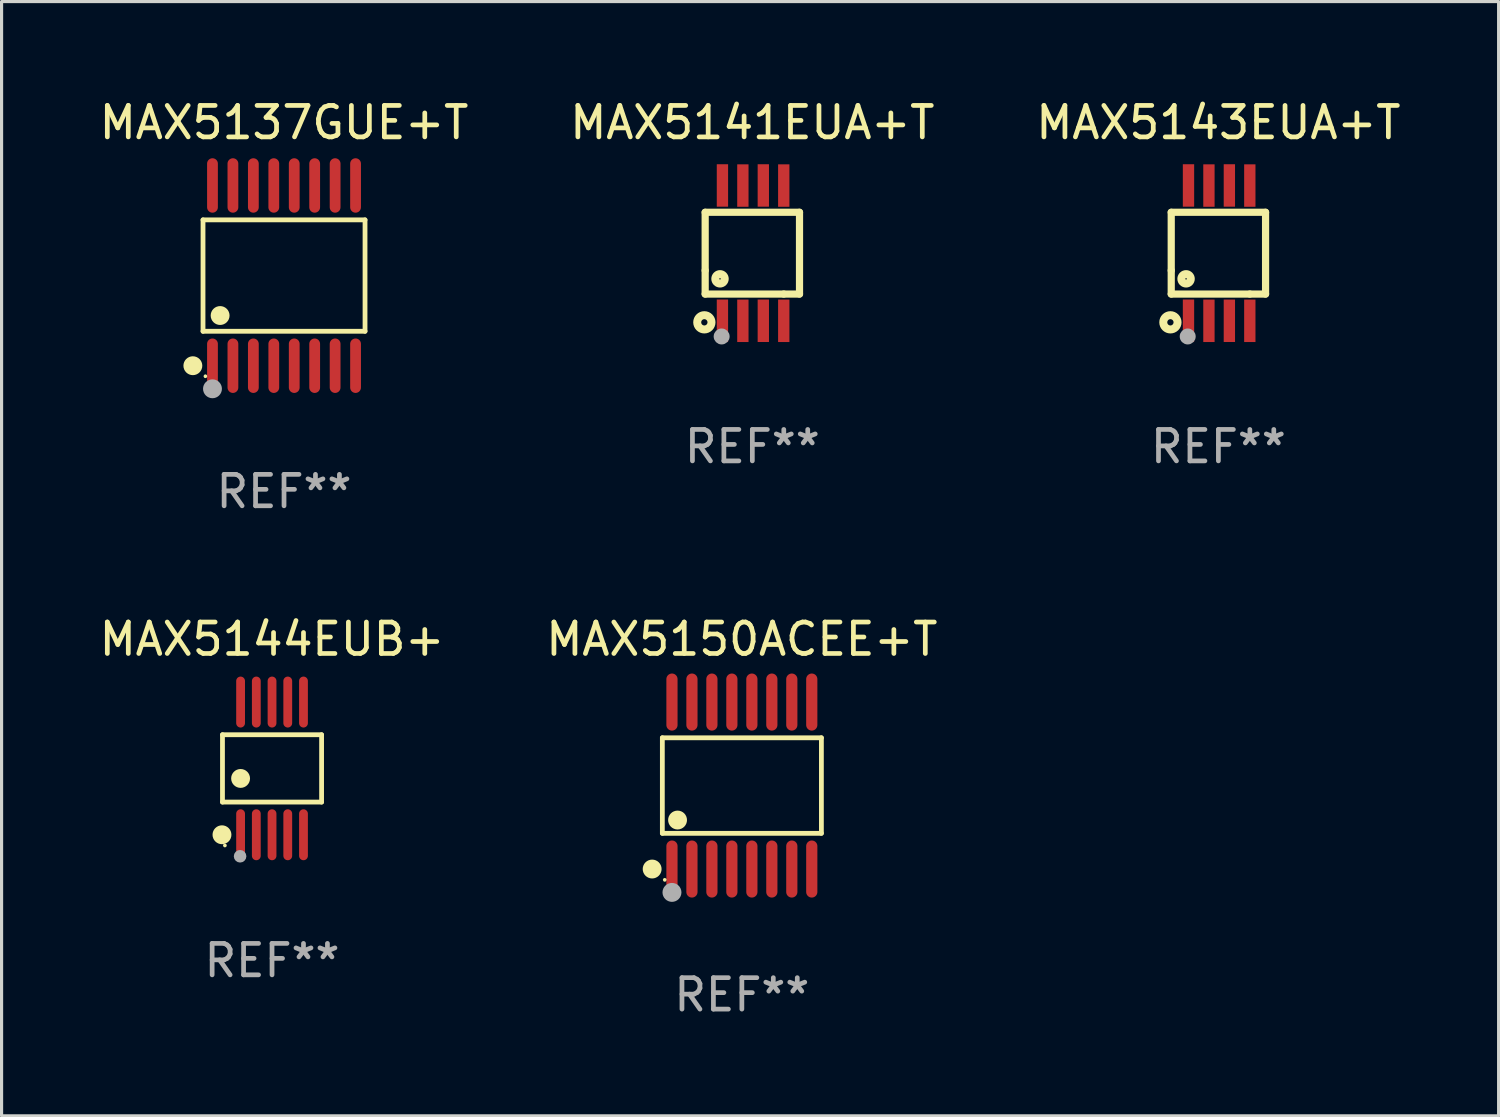
<source format=kicad_pcb>
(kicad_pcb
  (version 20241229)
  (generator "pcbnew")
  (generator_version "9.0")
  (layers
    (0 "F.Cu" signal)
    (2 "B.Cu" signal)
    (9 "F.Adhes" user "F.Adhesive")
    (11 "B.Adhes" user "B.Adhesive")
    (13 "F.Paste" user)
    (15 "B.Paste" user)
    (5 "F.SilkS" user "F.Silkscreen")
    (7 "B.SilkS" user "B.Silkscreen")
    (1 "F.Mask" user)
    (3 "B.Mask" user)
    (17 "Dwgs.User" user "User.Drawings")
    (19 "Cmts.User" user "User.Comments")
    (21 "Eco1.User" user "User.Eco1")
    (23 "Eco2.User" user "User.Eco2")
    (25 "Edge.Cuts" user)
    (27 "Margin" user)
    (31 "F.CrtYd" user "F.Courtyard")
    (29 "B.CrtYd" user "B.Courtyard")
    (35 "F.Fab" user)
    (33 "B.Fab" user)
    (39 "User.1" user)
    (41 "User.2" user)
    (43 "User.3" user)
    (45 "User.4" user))
  (footprint "MAX5150ACEE+T"
    (layer "F.Cu")
    (at 20.542 21.931)
    (property "Reference" "MAX5150ACEE+T" (at 0 -4.655 0) (layer "F.SilkS") (effects (font (size 1 1) (thickness 0.15))))
    (attr through_hole)
    (fp_line (start -2.529 -1.519) (end 2.529 -1.519) (stroke (width 0.152) (type solid)) (layer "F.SilkS"))
    (fp_line (start -2.529 1.519) (end -2.529 -1.519) (stroke (width 0.152) (type solid)) (layer "F.SilkS"))
    (fp_line (start 2.529 -1.519) (end 2.529 1.519) (stroke (width 0.152) (type solid)) (layer "F.SilkS"))
    (fp_line (start 2.529 1.519) (end -2.529 1.519) (stroke (width 0.152) (type solid)) (layer "F.SilkS"))
    (fp_circle (center -2.853 2.655) (end -2.703 2.655) (stroke (width 0.3) (type solid)) (fill no) (layer "F.SilkS"))
    (fp_circle (center -2.453 2.998) (end -2.423 2.998) (stroke (width 0.06) (type solid)) (fill no) (layer "F.SilkS"))
    (fp_circle (center -2.045 1.097) (end -1.895 1.097) (stroke (width 0.3) (type solid)) (fill no) (layer "F.SilkS"))
    (fp_circle (center -2.223 3.398) (end -2.072 3.398) (stroke (width 0.3) (type solid)) (fill no) (layer "F.Fab"))
    (fp_text user "REF**" (at 0 6.655 0) (layer "F.Fab") (effects (font (size 1 1) (thickness 0.15))))
    (pad "1" smd oval (at -2.223 2.655) (size 0.356 1.815) (layers "F.Cu" "F.Mask" "F.Paste"))
    (pad "2" smd oval (at -1.588 2.655) (size 0.356 1.815) (layers "F.Cu" "F.Mask" "F.Paste"))
    (pad "3" smd oval (at -0.953 2.655) (size 0.356 1.815) (layers "F.Cu" "F.Mask" "F.Paste"))
    (pad "4" smd oval (at -0.318 2.655) (size 0.356 1.815) (layers "F.Cu" "F.Mask" "F.Paste"))
    (pad "5" smd oval (at 0.318 2.655) (size 0.356 1.815) (layers "F.Cu" "F.Mask" "F.Paste"))
    (pad "6" smd oval (at 0.953 2.655) (size 0.356 1.815) (layers "F.Cu" "F.Mask" "F.Paste"))
    (pad "7" smd oval (at 1.588 2.655) (size 0.356 1.815) (layers "F.Cu" "F.Mask" "F.Paste"))
    (pad "8" smd oval (at 2.223 2.655) (size 0.356 1.815) (layers "F.Cu" "F.Mask" "F.Paste"))
    (pad "9" smd oval (at 2.223 -2.655) (size 0.356 1.815) (layers "F.Cu" "F.Mask" "F.Paste"))
    (pad "10" smd oval (at 1.588 -2.655) (size 0.356 1.815) (layers "F.Cu" "F.Mask" "F.Paste"))
    (pad "11" smd oval (at 0.953 -2.655) (size 0.356 1.815) (layers "F.Cu" "F.Mask" "F.Paste"))
    (pad "12" smd oval (at 0.318 -2.655) (size 0.356 1.815) (layers "F.Cu" "F.Mask" "F.Paste"))
    (pad "13" smd oval (at -0.318 -2.655) (size 0.356 1.815) (layers "F.Cu" "F.Mask" "F.Paste"))
    (pad "14" smd oval (at -0.953 -2.655) (size 0.356 1.815) (layers "F.Cu" "F.Mask" "F.Paste"))
    (pad "15" smd oval (at -1.588 -2.655) (size 0.356 1.815) (layers "F.Cu" "F.Mask" "F.Paste"))
    (pad "16" smd oval (at -2.223 -2.655) (size 0.356 1.815) (layers "F.Cu" "F.Mask" "F.Paste")))
  (footprint "MAX5141EUA+T"
    (layer "F.Cu")
    (at 20.875 5)
    (property "Reference" "MAX5141EUA+T" (at 0 -4.152 0) (layer "F.SilkS") (effects (font (size 1 1) (thickness 0.15))))
    (attr through_hole)
    (fp_line (start -1.5 1.301) (end 1 1.301) (stroke (width 0.229) (type solid)) (layer "F.SilkS"))
    (fp_line (start -1.5 -1.299) (end -1.5 0.551) (stroke (width 0.229) (type solid)) (layer "F.SilkS"))
    (fp_line (start -1.5 0.551) (end -1.5 1.301) (stroke (width 0.229) (type solid)) (layer "F.SilkS"))
    (fp_line (start 1 1.301) (end 1.5 1.301) (stroke (width 0.229) (type solid)) (layer "F.SilkS"))
    (fp_line (start 1.5 1.301) (end 1.5 -1.299) (stroke (width 0.229) (type solid)) (layer "F.SilkS"))
    (fp_line (start 1.5 -1.299) (end -1.5 -1.299) (stroke (width 0.229) (type solid)) (layer "F.SilkS"))
    (fp_circle (center -1.526 2.2) (end -1.426 2.2) (stroke (width 0.254) (type solid)) (fill no) (layer "F.SilkS"))
    (fp_circle (center -1.476 2.45) (end -1.446 2.45) (stroke (width 0.06) (type solid)) (fill no) (layer "F.SilkS"))
    (fp_circle (center -1.028 0.817) (end -0.878 0.817) (stroke (width 0.254) (type solid)) (fill no) (layer "F.SilkS"))
    (fp_circle (center -0.976 2.65) (end -0.849 2.65) (stroke (width 0.254) (type solid)) (fill no) (layer "F.Fab"))
    (fp_text user "REF**" (at 0 6.152 0) (layer "F.Fab") (effects (font (size 1 1) (thickness 0.15))))
    (pad "1" smd rect (at -0.951 2.15) (size 0.36 1.35) (layers "F.Cu" "F.Mask" "F.Paste"))
    (pad "2" smd rect (at -0.301 2.152) (size 0.36 1.35) (layers "F.Cu" "F.Mask" "F.Paste"))
    (pad "3" smd rect (at 0.349 2.151) (size 0.36 1.35) (layers "F.Cu" "F.Mask" "F.Paste"))
    (pad "4" smd rect (at 0.999 2.152) (size 0.36 1.35) (layers "F.Cu" "F.Mask" "F.Paste"))
    (pad "5" smd rect (at 0.999 -2.149) (size 0.36 1.35) (layers "F.Cu" "F.Mask" "F.Paste"))
    (pad "6" smd rect (at 0.349 -2.152) (size 0.36 1.35) (layers "F.Cu" "F.Mask" "F.Paste"))
    (pad "7" smd rect (at -0.301 -2.149) (size 0.36 1.35) (layers "F.Cu" "F.Mask" "F.Paste"))
    (pad "8" smd rect (at -0.951 -2.152) (size 0.36 1.35) (layers "F.Cu" "F.Mask" "F.Paste")))
  (footprint "MAX5137GUE+T"
    (layer "F.Cu")
    (at 5.982 5.714)
    (property "Reference" "MAX5137GUE+T" (at 0 -4.866 0) (layer "F.SilkS") (effects (font (size 1 1) (thickness 0.15))))
    (attr through_hole)
    (fp_line (start -2.576 -1.772) (end 2.576 -1.772) (stroke (width 0.152) (type solid)) (layer "F.SilkS"))
    (fp_line (start -2.576 1.771) (end -2.576 -1.772) (stroke (width 0.152) (type solid)) (layer "F.SilkS"))
    (fp_line (start 2.576 -1.772) (end 2.576 1.771) (stroke (width 0.152) (type solid)) (layer "F.SilkS"))
    (fp_line (start 2.576 1.771) (end -2.576 1.771) (stroke (width 0.152) (type solid)) (layer "F.SilkS"))
    (fp_circle (center -2.899 2.866) (end -2.749 2.866) (stroke (width 0.3) (type solid)) (fill no) (layer "F.SilkS"))
    (fp_circle (center -2.5 3.2) (end -2.47 3.2) (stroke (width 0.06) (type solid)) (fill no) (layer "F.SilkS"))
    (fp_circle (center -2.032 1.27) (end -1.882 1.27) (stroke (width 0.3) (type solid)) (fill no) (layer "F.SilkS"))
    (fp_circle (center -2.275 3.6) (end -2.125 3.6) (stroke (width 0.3) (type solid)) (fill no) (layer "F.Fab"))
    (fp_text user "REF**" (at 0 6.866 0) (layer "F.Fab") (effects (font (size 1 1) (thickness 0.15))))
    (pad "1" smd oval (at -2.275 2.866) (size 0.343 1.731) (layers "F.Cu" "F.Mask" "F.Paste"))
    (pad "2" smd oval (at -1.625 2.866) (size 0.343 1.731) (layers "F.Cu" "F.Mask" "F.Paste"))
    (pad "3" smd oval (at -0.975 2.866) (size 0.343 1.731) (layers "F.Cu" "F.Mask" "F.Paste"))
    (pad "4" smd oval (at -0.325 2.866) (size 0.343 1.731) (layers "F.Cu" "F.Mask" "F.Paste"))
    (pad "5" smd oval (at 0.325 2.866) (size 0.343 1.731) (layers "F.Cu" "F.Mask" "F.Paste"))
    (pad "6" smd oval (at 0.975 2.866) (size 0.343 1.731) (layers "F.Cu" "F.Mask" "F.Paste"))
    (pad "7" smd oval (at 1.625 2.866) (size 0.343 1.731) (layers "F.Cu" "F.Mask" "F.Paste"))
    (pad "8" smd oval (at 2.275 2.866) (size 0.343 1.731) (layers "F.Cu" "F.Mask" "F.Paste"))
    (pad "9" smd oval (at 2.275 -2.866) (size 0.343 1.731) (layers "F.Cu" "F.Mask" "F.Paste"))
    (pad "10" smd oval (at 1.625 -2.866) (size 0.343 1.731) (layers "F.Cu" "F.Mask" "F.Paste"))
    (pad "11" smd oval (at 0.975 -2.866) (size 0.343 1.731) (layers "F.Cu" "F.Mask" "F.Paste"))
    (pad "12" smd oval (at 0.325 -2.866) (size 0.343 1.731) (layers "F.Cu" "F.Mask" "F.Paste"))
    (pad "13" smd oval (at -0.325 -2.866) (size 0.343 1.731) (layers "F.Cu" "F.Mask" "F.Paste"))
    (pad "14" smd oval (at -0.975 -2.866) (size 0.343 1.731) (layers "F.Cu" "F.Mask" "F.Paste"))
    (pad "15" smd oval (at -1.625 -2.866) (size 0.343 1.731) (layers "F.Cu" "F.Mask" "F.Paste"))
    (pad "16" smd oval (at -2.275 -2.866) (size 0.343 1.731) (layers "F.Cu" "F.Mask" "F.Paste")))
  (footprint "MAX5144EUB+"
    (layer "F.Cu")
    (at 5.601 21.386)
    (property "Reference" "MAX5144EUB+" (at 0 -4.11 0) (layer "F.SilkS") (effects (font (size 1 1) (thickness 0.15))))
    (attr through_hole)
    (fp_line (start -1.576 -1.071) (end 1.576 -1.071) (stroke (width 0.152) (type solid)) (layer "F.SilkS"))
    (fp_line (start -1.576 1.071) (end -1.576 -1.071) (stroke (width 0.152) (type solid)) (layer "F.SilkS"))
    (fp_line (start 1.576 -1.071) (end 1.576 1.071) (stroke (width 0.152) (type solid)) (layer "F.SilkS"))
    (fp_line (start 1.576 1.071) (end -1.576 1.071) (stroke (width 0.152) (type solid)) (layer "F.SilkS"))
    (fp_circle (center -1.592 2.11) (end -1.442 2.11) (stroke (width 0.3) (type solid)) (fill no) (layer "F.SilkS"))
    (fp_circle (center -1.5 2.45) (end -1.47 2.45) (stroke (width 0.06) (type solid)) (fill no) (layer "F.SilkS"))
    (fp_circle (center -1 0.319) (end -0.85 0.319) (stroke (width 0.3) (type solid)) (fill no) (layer "F.SilkS"))
    (fp_circle (center -1.016 2.794) (end -0.916 2.794) (stroke (width 0.2) (type solid)) (fill no) (layer "F.Fab"))
    (fp_text user "REF**" (at 0 6.11 0) (layer "F.Fab") (effects (font (size 1 1) (thickness 0.15))))
    (pad "1" smd oval (at -1 2.11) (size 0.28 1.62) (layers "F.Cu" "F.Mask" "F.Paste"))
    (pad "2" smd oval (at -0.5 2.11) (size 0.28 1.62) (layers "F.Cu" "F.Mask" "F.Paste"))
    (pad "3" smd oval (at 0 2.11) (size 0.28 1.62) (layers "F.Cu" "F.Mask" "F.Paste"))
    (pad "4" smd oval (at 0.5 2.11) (size 0.28 1.62) (layers "F.Cu" "F.Mask" "F.Paste"))
    (pad "5" smd oval (at 1 2.11) (size 0.28 1.62) (layers "F.Cu" "F.Mask" "F.Paste"))
    (pad "6" smd oval (at 1 -2.11) (size 0.28 1.62) (layers "F.Cu" "F.Mask" "F.Paste"))
    (pad "7" smd oval (at 0.5 -2.11) (size 0.28 1.62) (layers "F.Cu" "F.Mask" "F.Paste"))
    (pad "8" smd oval (at 0 -2.11) (size 0.28 1.62) (layers "F.Cu" "F.Mask" "F.Paste"))
    (pad "9" smd oval (at -0.5 -2.11) (size 0.28 1.62) (layers "F.Cu" "F.Mask" "F.Paste"))
    (pad "10" smd oval (at -1 -2.11) (size 0.28 1.62) (layers "F.Cu" "F.Mask" "F.Paste")))
  (footprint "MAX5143EUA+T"
    (layer "F.Cu")
    (at 35.696 5)
    (property "Reference" "MAX5143EUA+T" (at 0 -4.152 0) (layer "F.SilkS") (effects (font (size 1 1) (thickness 0.15))))
    (attr through_hole)
    (fp_line (start -1.5 1.301) (end 1 1.301) (stroke (width 0.229) (type solid)) (layer "F.SilkS"))
    (fp_line (start -1.5 -1.299) (end -1.5 0.551) (stroke (width 0.229) (type solid)) (layer "F.SilkS"))
    (fp_line (start -1.5 0.551) (end -1.5 1.301) (stroke (width 0.229) (type solid)) (layer "F.SilkS"))
    (fp_line (start 1 1.301) (end 1.5 1.301) (stroke (width 0.229) (type solid)) (layer "F.SilkS"))
    (fp_line (start 1.5 1.301) (end 1.5 -1.299) (stroke (width 0.229) (type solid)) (layer "F.SilkS"))
    (fp_line (start 1.5 -1.299) (end -1.5 -1.299) (stroke (width 0.229) (type solid)) (layer "F.SilkS"))
    (fp_circle (center -1.526 2.2) (end -1.426 2.2) (stroke (width 0.254) (type solid)) (fill no) (layer "F.SilkS"))
    (fp_circle (center -1.476 2.45) (end -1.446 2.45) (stroke (width 0.06) (type solid)) (fill no) (layer "F.SilkS"))
    (fp_circle (center -1.028 0.817) (end -0.878 0.817) (stroke (width 0.254) (type solid)) (fill no) (layer "F.SilkS"))
    (fp_circle (center -0.976 2.65) (end -0.849 2.65) (stroke (width 0.254) (type solid)) (fill no) (layer "F.Fab"))
    (fp_text user "REF**" (at 0 6.152 0) (layer "F.Fab") (effects (font (size 1 1) (thickness 0.15))))
    (pad "1" smd rect (at -0.951 2.15) (size 0.36 1.35) (layers "F.Cu" "F.Mask" "F.Paste"))
    (pad "2" smd rect (at -0.301 2.152) (size 0.36 1.35) (layers "F.Cu" "F.Mask" "F.Paste"))
    (pad "3" smd rect (at 0.349 2.151) (size 0.36 1.35) (layers "F.Cu" "F.Mask" "F.Paste"))
    (pad "4" smd rect (at 0.999 2.152) (size 0.36 1.35) (layers "F.Cu" "F.Mask" "F.Paste"))
    (pad "5" smd rect (at 0.999 -2.149) (size 0.36 1.35) (layers "F.Cu" "F.Mask" "F.Paste"))
    (pad "6" smd rect (at 0.349 -2.152) (size 0.36 1.35) (layers "F.Cu" "F.Mask" "F.Paste"))
    (pad "7" smd rect (at -0.301 -2.149) (size 0.36 1.35) (layers "F.Cu" "F.Mask" "F.Paste"))
    (pad "8" smd rect (at -0.951 -2.152) (size 0.36 1.35) (layers "F.Cu" "F.Mask" "F.Paste")))
  (gr_rect
    (start -3 -3)
    (end 44.607 32.434)
    (stroke (width 0.1) (type default))
    (fill no)
    (layer "Edge.Cuts")))
</source>
